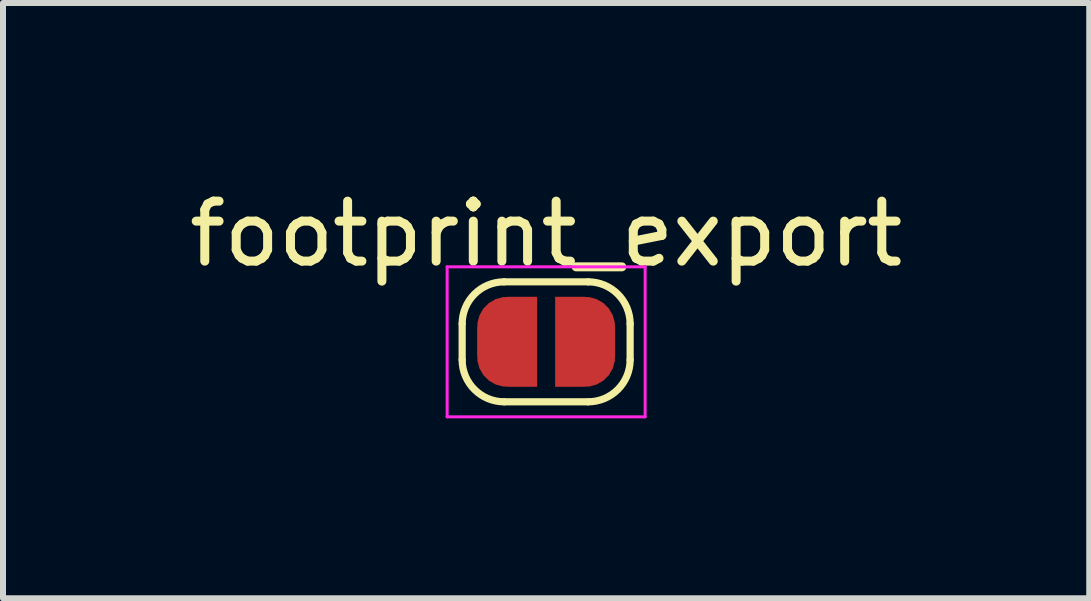
<source format=kicad_pcb>
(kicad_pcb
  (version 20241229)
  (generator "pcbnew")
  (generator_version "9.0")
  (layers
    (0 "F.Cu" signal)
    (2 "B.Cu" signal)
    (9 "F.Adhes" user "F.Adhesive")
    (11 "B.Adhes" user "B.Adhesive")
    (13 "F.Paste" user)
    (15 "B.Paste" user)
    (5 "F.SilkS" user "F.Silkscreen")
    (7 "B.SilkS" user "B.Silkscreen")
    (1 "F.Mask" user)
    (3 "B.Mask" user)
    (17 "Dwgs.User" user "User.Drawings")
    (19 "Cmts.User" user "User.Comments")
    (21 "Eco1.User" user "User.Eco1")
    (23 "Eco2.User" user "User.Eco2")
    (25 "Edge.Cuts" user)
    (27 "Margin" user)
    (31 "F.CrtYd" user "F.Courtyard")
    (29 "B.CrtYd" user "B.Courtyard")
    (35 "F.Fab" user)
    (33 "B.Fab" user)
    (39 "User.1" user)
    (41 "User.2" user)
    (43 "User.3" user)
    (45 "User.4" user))
  (footprint "footprint_export"
    (layer "F.Cu")
    (at 6.054 2.648)
    (property "Reference" "footprint_export" (at 0 -1.8 0) (layer "F.SilkS") (effects (font (size 1 1) (thickness 0.15))))
    (attr exclude_from_pos_files exclude_from_bom)
    (fp_line (start -1.4 0.3) (end -1.4 -0.3) (stroke (width 0.12) (type solid)) (layer "F.SilkS"))
    (fp_line (start -0.7 -1) (end 0.7 -1) (stroke (width 0.12) (type solid)) (layer "F.SilkS"))
    (fp_line (start 0.7 1) (end -0.7 1) (stroke (width 0.12) (type solid)) (layer "F.SilkS"))
    (fp_line (start 1.4 -0.3) (end 1.4 0.3) (stroke (width 0.12) (type solid)) (layer "F.SilkS"))
    (fp_arc (start -1.4 -0.3) (mid -1.194975 -0.794975) (end -0.7 -1) (stroke (width 0.12) (type solid)) (layer "F.SilkS"))
    (fp_arc (start -0.7 1) (mid -1.194975 0.794975) (end -1.4 0.3) (stroke (width 0.12) (type solid)) (layer "F.SilkS"))
    (fp_arc (start 0.7 -1) (mid 1.194975 -0.794975) (end 1.4 -0.3) (stroke (width 0.12) (type solid)) (layer "F.SilkS"))
    (fp_arc (start 1.4 0.3) (mid 1.194975 0.794975) (end 0.7 1) (stroke (width 0.12) (type solid)) (layer "F.SilkS"))
    (fp_line (start -1.65 -1.25) (end -1.65 1.25) (stroke (width 0.05) (type solid)) (layer "F.CrtYd"))
    (fp_line (start -1.65 -1.25) (end 1.65 -1.25) (stroke (width 0.05) (type solid)) (layer "F.CrtYd"))
    (fp_line (start 1.65 1.25) (end -1.65 1.25) (stroke (width 0.05) (type solid)) (layer "F.CrtYd"))
    (fp_line (start 1.65 1.25) (end 1.65 -1.25) (stroke (width 0.05) (type solid)) (layer "F.CrtYd"))
    (pad "1" smd custom (at -0.65 0) (size 1 0.5) (layers "F.Cu" "F.Mask") (options (anchor rect)) (primitives (gr_circle (center 0 0.25) (end 0.5 0.25) (width 0) (fill yes)) (gr_circle (center 0 -0.25) (end 0.5 -0.25) (width 0) (fill yes)) (gr_poly (pts (xy 0.5 0.75) (xy 0 0.75) (xy 0 -0.75) (xy 0.5 -0.75)) (width 0) (fill yes))))
    (pad "2" smd custom (at 0.65 0) (size 1 0.5) (layers "F.Cu" "F.Mask") (options (anchor rect)) (primitives (gr_circle (center 0 0.25) (end 0.5 0.25) (width 0) (fill yes)) (gr_circle (center 0 -0.25) (end 0.5 -0.25) (width 0) (fill yes)) (gr_poly (pts (xy 0 0.75) (xy -0.5 0.75) (xy -0.5 -0.75) (xy 0 -0.75)) (width 0) (fill yes)))))
  (gr_rect
    (start -3 -3)
    (end 15.107 6.923)
    (stroke (width 0.1) (type default))
    (fill no)
    (layer "Edge.Cuts")))
</source>
